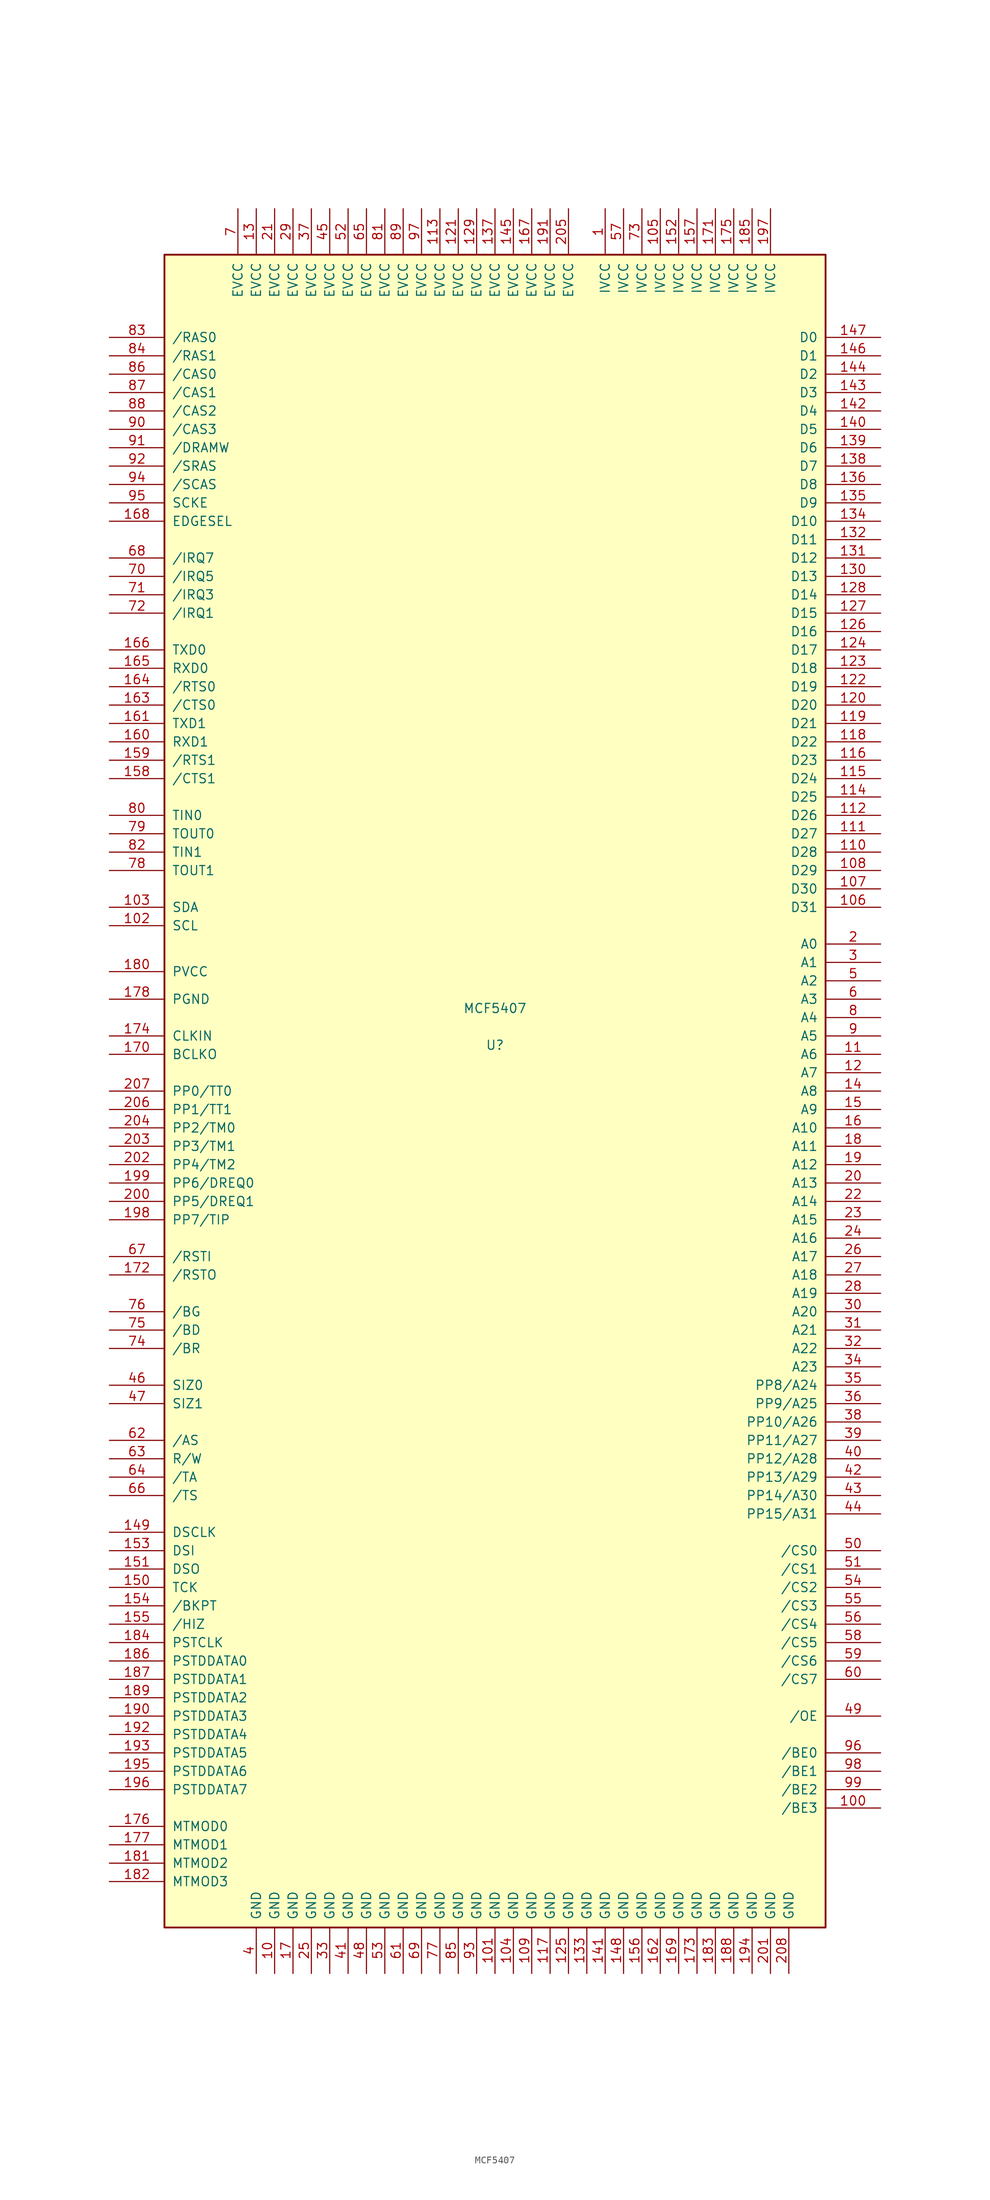
<source format=kicad_sym>
(kicad_symbol_lib
  (version 20231120)
  (generator "kicad_symbol_editor")
  (generator_version "8.0")
  (symbol "MCF5407"
    (pin_names
      (offset 1.016))
    (property "Reference" "U"
      (at 0 6.35 0)
      (effects (font (size 1.27 1.27))))
    (property "Value" "MCF5407"
      (at 0 11.43 0)
      (effects (font (size 1.27 1.27))))
    (symbol "MCF5407_0_1"
      (rectangle (start -45.72 115.57) (end 45.72 -115.57) (stroke (width 0.254) (type default)) (fill (type background))))
    (symbol "MCF5407_1_1"
      (pin power_in line (at 15.24 121.92 270) (length 6.35) (name "IVCC" (effects (font (size 1.27 1.27)))) (number "1" (effects (font (size 1.27 1.27)))))
      (pin power_in line (at -30.48 -121.92 90) (length 6.35) (name "GND" (effects (font (size 1.27 1.27)))) (number "10" (effects (font (size 1.27 1.27)))))
      (pin bidirectional line (at 53.34 -99.06 180) (length 7.62) (name "/BE3" (effects (font (size 1.27 1.27)))) (number "100" (effects (font (size 1.27 1.27)))))
      (pin power_in line (at 0 -121.92 90) (length 6.35) (name "GND" (effects (font (size 1.27 1.27)))) (number "101" (effects (font (size 1.27 1.27)))))
      (pin bidirectional line (at -53.34 22.86 0) (length 7.62) (name "SCL" (effects (font (size 1.27 1.27)))) (number "102" (effects (font (size 1.27 1.27)))))
      (pin bidirectional line (at -53.34 25.4 0) (length 7.62) (name "SDA" (effects (font (size 1.27 1.27)))) (number "103" (effects (font (size 1.27 1.27)))))
      (pin power_in line (at 2.54 -121.92 90) (length 6.35) (name "GND" (effects (font (size 1.27 1.27)))) (number "104" (effects (font (size 1.27 1.27)))))
      (pin power_in line (at 22.86 121.92 270) (length 6.35) (name "IVCC" (effects (font (size 1.27 1.27)))) (number "105" (effects (font (size 1.27 1.27)))))
      (pin bidirectional line (at 53.34 25.4 180) (length 7.62) (name "D31" (effects (font (size 1.27 1.27)))) (number "106" (effects (font (size 1.27 1.27)))))
      (pin bidirectional line (at 53.34 27.94 180) (length 7.62) (name "D30" (effects (font (size 1.27 1.27)))) (number "107" (effects (font (size 1.27 1.27)))))
      (pin bidirectional line (at 53.34 30.48 180) (length 7.62) (name "D29" (effects (font (size 1.27 1.27)))) (number "108" (effects (font (size 1.27 1.27)))))
      (pin power_in line (at 5.08 -121.92 90) (length 6.35) (name "GND" (effects (font (size 1.27 1.27)))) (number "109" (effects (font (size 1.27 1.27)))))
      (pin bidirectional line (at 53.34 5.08 180) (length 7.62) (name "A6" (effects (font (size 1.27 1.27)))) (number "11" (effects (font (size 1.27 1.27)))))
      (pin bidirectional line (at 53.34 33.02 180) (length 7.62) (name "D28" (effects (font (size 1.27 1.27)))) (number "110" (effects (font (size 1.27 1.27)))))
      (pin bidirectional line (at 53.34 35.56 180) (length 7.62) (name "D27" (effects (font (size 1.27 1.27)))) (number "111" (effects (font (size 1.27 1.27)))))
      (pin bidirectional line (at 53.34 38.1 180) (length 7.62) (name "D26" (effects (font (size 1.27 1.27)))) (number "112" (effects (font (size 1.27 1.27)))))
      (pin power_in line (at -7.62 121.92 270) (length 6.35) (name "EVCC" (effects (font (size 1.27 1.27)))) (number "113" (effects (font (size 1.27 1.27)))))
      (pin bidirectional line (at 53.34 40.64 180) (length 7.62) (name "D25" (effects (font (size 1.27 1.27)))) (number "114" (effects (font (size 1.27 1.27)))))
      (pin bidirectional line (at 53.34 43.18 180) (length 7.62) (name "D24" (effects (font (size 1.27 1.27)))) (number "115" (effects (font (size 1.27 1.27)))))
      (pin bidirectional line (at 53.34 45.72 180) (length 7.62) (name "D23" (effects (font (size 1.27 1.27)))) (number "116" (effects (font (size 1.27 1.27)))))
      (pin power_in line (at 7.62 -121.92 90) (length 6.35) (name "GND" (effects (font (size 1.27 1.27)))) (number "117" (effects (font (size 1.27 1.27)))))
      (pin bidirectional line (at 53.34 48.26 180) (length 7.62) (name "D22" (effects (font (size 1.27 1.27)))) (number "118" (effects (font (size 1.27 1.27)))))
      (pin bidirectional line (at 53.34 50.8 180) (length 7.62) (name "D21" (effects (font (size 1.27 1.27)))) (number "119" (effects (font (size 1.27 1.27)))))
      (pin bidirectional line (at 53.34 2.54 180) (length 7.62) (name "A7" (effects (font (size 1.27 1.27)))) (number "12" (effects (font (size 1.27 1.27)))))
      (pin bidirectional line (at 53.34 53.34 180) (length 7.62) (name "D20" (effects (font (size 1.27 1.27)))) (number "120" (effects (font (size 1.27 1.27)))))
      (pin power_in line (at -5.08 121.92 270) (length 6.35) (name "EVCC" (effects (font (size 1.27 1.27)))) (number "121" (effects (font (size 1.27 1.27)))))
      (pin bidirectional line (at 53.34 55.88 180) (length 7.62) (name "D19" (effects (font (size 1.27 1.27)))) (number "122" (effects (font (size 1.27 1.27)))))
      (pin bidirectional line (at 53.34 58.42 180) (length 7.62) (name "D18" (effects (font (size 1.27 1.27)))) (number "123" (effects (font (size 1.27 1.27)))))
      (pin bidirectional line (at 53.34 60.96 180) (length 7.62) (name "D17" (effects (font (size 1.27 1.27)))) (number "124" (effects (font (size 1.27 1.27)))))
      (pin power_in line (at 10.16 -121.92 90) (length 6.35) (name "GND" (effects (font (size 1.27 1.27)))) (number "125" (effects (font (size 1.27 1.27)))))
      (pin bidirectional line (at 53.34 63.5 180) (length 7.62) (name "D16" (effects (font (size 1.27 1.27)))) (number "126" (effects (font (size 1.27 1.27)))))
      (pin bidirectional line (at 53.34 66.04 180) (length 7.62) (name "D15" (effects (font (size 1.27 1.27)))) (number "127" (effects (font (size 1.27 1.27)))))
      (pin bidirectional line (at 53.34 68.58 180) (length 7.62) (name "D14" (effects (font (size 1.27 1.27)))) (number "128" (effects (font (size 1.27 1.27)))))
      (pin power_in line (at -2.54 121.92 270) (length 6.35) (name "EVCC" (effects (font (size 1.27 1.27)))) (number "129" (effects (font (size 1.27 1.27)))))
      (pin power_in line (at -33.02 121.92 270) (length 6.35) (name "EVCC" (effects (font (size 1.27 1.27)))) (number "13" (effects (font (size 1.27 1.27)))))
      (pin bidirectional line (at 53.34 71.12 180) (length 7.62) (name "D13" (effects (font (size 1.27 1.27)))) (number "130" (effects (font (size 1.27 1.27)))))
      (pin bidirectional line (at 53.34 73.66 180) (length 7.62) (name "D12" (effects (font (size 1.27 1.27)))) (number "131" (effects (font (size 1.27 1.27)))))
      (pin bidirectional line (at 53.34 76.2 180) (length 7.62) (name "D11" (effects (font (size 1.27 1.27)))) (number "132" (effects (font (size 1.27 1.27)))))
      (pin power_in line (at 12.7 -121.92 90) (length 6.35) (name "GND" (effects (font (size 1.27 1.27)))) (number "133" (effects (font (size 1.27 1.27)))))
      (pin bidirectional line (at 53.34 78.74 180) (length 7.62) (name "D10" (effects (font (size 1.27 1.27)))) (number "134" (effects (font (size 1.27 1.27)))))
      (pin bidirectional line (at 53.34 81.28 180) (length 7.62) (name "D9" (effects (font (size 1.27 1.27)))) (number "135" (effects (font (size 1.27 1.27)))))
      (pin bidirectional line (at 53.34 83.82 180) (length 7.62) (name "D8" (effects (font (size 1.27 1.27)))) (number "136" (effects (font (size 1.27 1.27)))))
      (pin power_in line (at 0 121.92 270) (length 6.35) (name "EVCC" (effects (font (size 1.27 1.27)))) (number "137" (effects (font (size 1.27 1.27)))))
      (pin bidirectional line (at 53.34 86.36 180) (length 7.62) (name "D7" (effects (font (size 1.27 1.27)))) (number "138" (effects (font (size 1.27 1.27)))))
      (pin bidirectional line (at 53.34 88.9 180) (length 7.62) (name "D6" (effects (font (size 1.27 1.27)))) (number "139" (effects (font (size 1.27 1.27)))))
      (pin bidirectional line (at 53.34 0 180) (length 7.62) (name "A8" (effects (font (size 1.27 1.27)))) (number "14" (effects (font (size 1.27 1.27)))))
      (pin bidirectional line (at 53.34 91.44 180) (length 7.62) (name "D5" (effects (font (size 1.27 1.27)))) (number "140" (effects (font (size 1.27 1.27)))))
      (pin power_in line (at 15.24 -121.92 90) (length 6.35) (name "GND" (effects (font (size 1.27 1.27)))) (number "141" (effects (font (size 1.27 1.27)))))
      (pin bidirectional line (at 53.34 93.98 180) (length 7.62) (name "D4" (effects (font (size 1.27 1.27)))) (number "142" (effects (font (size 1.27 1.27)))))
      (pin bidirectional line (at 53.34 96.52 180) (length 7.62) (name "D3" (effects (font (size 1.27 1.27)))) (number "143" (effects (font (size 1.27 1.27)))))
      (pin bidirectional line (at 53.34 99.06 180) (length 7.62) (name "D2" (effects (font (size 1.27 1.27)))) (number "144" (effects (font (size 1.27 1.27)))))
      (pin power_in line (at 2.54 121.92 270) (length 6.35) (name "EVCC" (effects (font (size 1.27 1.27)))) (number "145" (effects (font (size 1.27 1.27)))))
      (pin bidirectional line (at 53.34 101.6 180) (length 7.62) (name "D1" (effects (font (size 1.27 1.27)))) (number "146" (effects (font (size 1.27 1.27)))))
      (pin bidirectional line (at 53.34 104.14 180) (length 7.62) (name "D0" (effects (font (size 1.27 1.27)))) (number "147" (effects (font (size 1.27 1.27)))))
      (pin power_in line (at 17.78 -121.92 90) (length 6.35) (name "GND" (effects (font (size 1.27 1.27)))) (number "148" (effects (font (size 1.27 1.27)))))
      (pin input line (at -53.34 -60.96 0) (length 7.62) (name "DSCLK" (effects (font (size 1.27 1.27)))) (number "149" (effects (font (size 1.27 1.27)))))
      (pin bidirectional line (at 53.34 -2.54 180) (length 7.62) (name "A9" (effects (font (size 1.27 1.27)))) (number "15" (effects (font (size 1.27 1.27)))))
      (pin input line (at -53.34 -68.58 0) (length 7.62) (name "TCK" (effects (font (size 1.27 1.27)))) (number "150" (effects (font (size 1.27 1.27)))))
      (pin output line (at -53.34 -66.04 0) (length 7.62) (name "DSO" (effects (font (size 1.27 1.27)))) (number "151" (effects (font (size 1.27 1.27)))))
      (pin power_in line (at 25.4 121.92 270) (length 6.35) (name "IVCC" (effects (font (size 1.27 1.27)))) (number "152" (effects (font (size 1.27 1.27)))))
      (pin input line (at -53.34 -63.5 0) (length 7.62) (name "DSI" (effects (font (size 1.27 1.27)))) (number "153" (effects (font (size 1.27 1.27)))))
      (pin input line (at -53.34 -71.12 0) (length 7.62) (name "/BKPT" (effects (font (size 1.27 1.27)))) (number "154" (effects (font (size 1.27 1.27)))))
      (pin input line (at -53.34 -73.66 0) (length 7.62) (name "/HIZ" (effects (font (size 1.27 1.27)))) (number "155" (effects (font (size 1.27 1.27)))))
      (pin power_in line (at 20.32 -121.92 90) (length 6.35) (name "GND" (effects (font (size 1.27 1.27)))) (number "156" (effects (font (size 1.27 1.27)))))
      (pin power_in line (at 27.94 121.92 270) (length 6.35) (name "IVCC" (effects (font (size 1.27 1.27)))) (number "157" (effects (font (size 1.27 1.27)))))
      (pin input line (at -53.34 43.18 0) (length 7.62) (name "/CTS1" (effects (font (size 1.27 1.27)))) (number "158" (effects (font (size 1.27 1.27)))))
      (pin output line (at -53.34 45.72 0) (length 7.62) (name "/RTS1" (effects (font (size 1.27 1.27)))) (number "159" (effects (font (size 1.27 1.27)))))
      (pin bidirectional line (at 53.34 -5.08 180) (length 7.62) (name "A10" (effects (font (size 1.27 1.27)))) (number "16" (effects (font (size 1.27 1.27)))))
      (pin input line (at -53.34 48.26 0) (length 7.62) (name "RXD1" (effects (font (size 1.27 1.27)))) (number "160" (effects (font (size 1.27 1.27)))))
      (pin output line (at -53.34 50.8 0) (length 7.62) (name "TXD1" (effects (font (size 1.27 1.27)))) (number "161" (effects (font (size 1.27 1.27)))))
      (pin power_in line (at 22.86 -121.92 90) (length 6.35) (name "GND" (effects (font (size 1.27 1.27)))) (number "162" (effects (font (size 1.27 1.27)))))
      (pin input line (at -53.34 53.34 0) (length 7.62) (name "/CTS0" (effects (font (size 1.27 1.27)))) (number "163" (effects (font (size 1.27 1.27)))))
      (pin output line (at -53.34 55.88 0) (length 7.62) (name "/RTS0" (effects (font (size 1.27 1.27)))) (number "164" (effects (font (size 1.27 1.27)))))
      (pin input line (at -53.34 58.42 0) (length 7.62) (name "RXD0" (effects (font (size 1.27 1.27)))) (number "165" (effects (font (size 1.27 1.27)))))
      (pin output line (at -53.34 60.96 0) (length 7.62) (name "TXD0" (effects (font (size 1.27 1.27)))) (number "166" (effects (font (size 1.27 1.27)))))
      (pin power_in line (at 5.08 121.92 270) (length 6.35) (name "EVCC" (effects (font (size 1.27 1.27)))) (number "167" (effects (font (size 1.27 1.27)))))
      (pin input line (at -53.34 78.74 0) (length 7.62) (name "EDGESEL" (effects (font (size 1.27 1.27)))) (number "168" (effects (font (size 1.27 1.27)))))
      (pin power_in line (at 25.4 -121.92 90) (length 6.35) (name "GND" (effects (font (size 1.27 1.27)))) (number "169" (effects (font (size 1.27 1.27)))))
      (pin power_in line (at -27.94 -121.92 90) (length 6.35) (name "GND" (effects (font (size 1.27 1.27)))) (number "17" (effects (font (size 1.27 1.27)))))
      (pin output line (at -53.34 5.08 0) (length 7.62) (name "BCLKO" (effects (font (size 1.27 1.27)))) (number "170" (effects (font (size 1.27 1.27)))))
      (pin power_in line (at 30.48 121.92 270) (length 6.35) (name "IVCC" (effects (font (size 1.27 1.27)))) (number "171" (effects (font (size 1.27 1.27)))))
      (pin output line (at -53.34 -25.4 0) (length 7.62) (name "/RSTO" (effects (font (size 1.27 1.27)))) (number "172" (effects (font (size 1.27 1.27)))))
      (pin power_in line (at 27.94 -121.92 90) (length 6.35) (name "GND" (effects (font (size 1.27 1.27)))) (number "173" (effects (font (size 1.27 1.27)))))
      (pin output line (at -53.34 7.62 0) (length 7.62) (name "CLKIN" (effects (font (size 1.27 1.27)))) (number "174" (effects (font (size 1.27 1.27)))))
      (pin power_in line (at 33.02 121.92 270) (length 6.35) (name "IVCC" (effects (font (size 1.27 1.27)))) (number "175" (effects (font (size 1.27 1.27)))))
      (pin input line (at -53.34 -101.6 0) (length 7.62) (name "MTMOD0" (effects (font (size 1.27 1.27)))) (number "176" (effects (font (size 1.27 1.27)))))
      (pin input line (at -53.34 -104.14 0) (length 7.62) (name "MTMOD1" (effects (font (size 1.27 1.27)))) (number "177" (effects (font (size 1.27 1.27)))))
      (pin passive line (at -53.34 12.7 0) (length 7.62) (name "PGND" (effects (font (size 1.27 1.27)))) (number "178" (effects (font (size 1.27 1.27)))))
      (pin bidirectional line (at 53.34 -7.62 180) (length 7.62) (name "A11" (effects (font (size 1.27 1.27)))) (number "18" (effects (font (size 1.27 1.27)))))
      (pin passive line (at -53.34 16.51 0) (length 7.62) (name "PVCC" (effects (font (size 1.27 1.27)))) (number "180" (effects (font (size 1.27 1.27)))))
      (pin input line (at -53.34 -106.68 0) (length 7.62) (name "MTMOD2" (effects (font (size 1.27 1.27)))) (number "181" (effects (font (size 1.27 1.27)))))
      (pin input line (at -53.34 -109.22 0) (length 7.62) (name "MTMOD3" (effects (font (size 1.27 1.27)))) (number "182" (effects (font (size 1.27 1.27)))))
      (pin power_in line (at 30.48 -121.92 90) (length 6.35) (name "GND" (effects (font (size 1.27 1.27)))) (number "183" (effects (font (size 1.27 1.27)))))
      (pin output line (at -53.34 -76.2 0) (length 7.62) (name "PSTCLK" (effects (font (size 1.27 1.27)))) (number "184" (effects (font (size 1.27 1.27)))))
      (pin power_in line (at 35.56 121.92 270) (length 6.35) (name "IVCC" (effects (font (size 1.27 1.27)))) (number "185" (effects (font (size 1.27 1.27)))))
      (pin output line (at -53.34 -78.74 0) (length 7.62) (name "PSTDDATA0" (effects (font (size 1.27 1.27)))) (number "186" (effects (font (size 1.27 1.27)))))
      (pin output line (at -53.34 -81.28 0) (length 7.62) (name "PSTDDATA1" (effects (font (size 1.27 1.27)))) (number "187" (effects (font (size 1.27 1.27)))))
      (pin power_in line (at 33.02 -121.92 90) (length 6.35) (name "GND" (effects (font (size 1.27 1.27)))) (number "188" (effects (font (size 1.27 1.27)))))
      (pin output line (at -53.34 -83.82 0) (length 7.62) (name "PSTDDATA2" (effects (font (size 1.27 1.27)))) (number "189" (effects (font (size 1.27 1.27)))))
      (pin bidirectional line (at 53.34 -10.16 180) (length 7.62) (name "A12" (effects (font (size 1.27 1.27)))) (number "19" (effects (font (size 1.27 1.27)))))
      (pin output line (at -53.34 -86.36 0) (length 7.62) (name "PSTDDATA3" (effects (font (size 1.27 1.27)))) (number "190" (effects (font (size 1.27 1.27)))))
      (pin power_in line (at 7.62 121.92 270) (length 6.35) (name "EVCC" (effects (font (size 1.27 1.27)))) (number "191" (effects (font (size 1.27 1.27)))))
      (pin output line (at -53.34 -88.9 0) (length 7.62) (name "PSTDDATA4" (effects (font (size 1.27 1.27)))) (number "192" (effects (font (size 1.27 1.27)))))
      (pin output line (at -53.34 -91.44 0) (length 7.62) (name "PSTDDATA5" (effects (font (size 1.27 1.27)))) (number "193" (effects (font (size 1.27 1.27)))))
      (pin power_in line (at 35.56 -121.92 90) (length 6.35) (name "GND" (effects (font (size 1.27 1.27)))) (number "194" (effects (font (size 1.27 1.27)))))
      (pin output line (at -53.34 -93.98 0) (length 7.62) (name "PSTDDATA6" (effects (font (size 1.27 1.27)))) (number "195" (effects (font (size 1.27 1.27)))))
      (pin output line (at -53.34 -96.52 0) (length 7.62) (name "PSTDDATA7" (effects (font (size 1.27 1.27)))) (number "196" (effects (font (size 1.27 1.27)))))
      (pin power_in line (at 38.1 121.92 270) (length 6.35) (name "IVCC" (effects (font (size 1.27 1.27)))) (number "197" (effects (font (size 1.27 1.27)))))
      (pin bidirectional line (at -53.34 -17.78 0) (length 7.62) (name "PP7/TIP" (effects (font (size 1.27 1.27)))) (number "198" (effects (font (size 1.27 1.27)))))
      (pin bidirectional line (at -53.34 -12.7 0) (length 7.62) (name "PP6/DREQ0" (effects (font (size 1.27 1.27)))) (number "199" (effects (font (size 1.27 1.27)))))
      (pin bidirectional line (at 53.34 20.32 180) (length 7.62) (name "A0" (effects (font (size 1.27 1.27)))) (number "2" (effects (font (size 1.27 1.27)))))
      (pin bidirectional line (at 53.34 -12.7 180) (length 7.62) (name "A13" (effects (font (size 1.27 1.27)))) (number "20" (effects (font (size 1.27 1.27)))))
      (pin bidirectional line (at -53.34 -15.24 0) (length 7.62) (name "PP5/DREQ1" (effects (font (size 1.27 1.27)))) (number "200" (effects (font (size 1.27 1.27)))))
      (pin power_in line (at 38.1 -121.92 90) (length 6.35) (name "GND" (effects (font (size 1.27 1.27)))) (number "201" (effects (font (size 1.27 1.27)))))
      (pin bidirectional line (at -53.34 -10.16 0) (length 7.62) (name "PP4/TM2" (effects (font (size 1.27 1.27)))) (number "202" (effects (font (size 1.27 1.27)))))
      (pin bidirectional line (at -53.34 -7.62 0) (length 7.62) (name "PP3/TM1" (effects (font (size 1.27 1.27)))) (number "203" (effects (font (size 1.27 1.27)))))
      (pin bidirectional line (at -53.34 -5.08 0) (length 7.62) (name "PP2/TM0" (effects (font (size 1.27 1.27)))) (number "204" (effects (font (size 1.27 1.27)))))
      (pin power_in line (at 10.16 121.92 270) (length 6.35) (name "EVCC" (effects (font (size 1.27 1.27)))) (number "205" (effects (font (size 1.27 1.27)))))
      (pin bidirectional line (at -53.34 -2.54 0) (length 7.62) (name "PP1/TT1" (effects (font (size 1.27 1.27)))) (number "206" (effects (font (size 1.27 1.27)))))
      (pin bidirectional line (at -53.34 0 0) (length 7.62) (name "PP0/TT0" (effects (font (size 1.27 1.27)))) (number "207" (effects (font (size 1.27 1.27)))))
      (pin power_in line (at 40.64 -121.92 90) (length 6.35) (name "GND" (effects (font (size 1.27 1.27)))) (number "208" (effects (font (size 1.27 1.27)))))
      (pin power_in line (at -30.48 121.92 270) (length 6.35) (name "EVCC" (effects (font (size 1.27 1.27)))) (number "21" (effects (font (size 1.27 1.27)))))
      (pin bidirectional line (at 53.34 -15.24 180) (length 7.62) (name "A14" (effects (font (size 1.27 1.27)))) (number "22" (effects (font (size 1.27 1.27)))))
      (pin bidirectional line (at 53.34 -17.78 180) (length 7.62) (name "A15" (effects (font (size 1.27 1.27)))) (number "23" (effects (font (size 1.27 1.27)))))
      (pin bidirectional line (at 53.34 -20.32 180) (length 7.62) (name "A16" (effects (font (size 1.27 1.27)))) (number "24" (effects (font (size 1.27 1.27)))))
      (pin power_in line (at -25.4 -121.92 90) (length 6.35) (name "GND" (effects (font (size 1.27 1.27)))) (number "25" (effects (font (size 1.27 1.27)))))
      (pin bidirectional line (at 53.34 -22.86 180) (length 7.62) (name "A17" (effects (font (size 1.27 1.27)))) (number "26" (effects (font (size 1.27 1.27)))))
      (pin bidirectional line (at 53.34 -25.4 180) (length 7.62) (name "A18" (effects (font (size 1.27 1.27)))) (number "27" (effects (font (size 1.27 1.27)))))
      (pin bidirectional line (at 53.34 -27.94 180) (length 7.62) (name "A19" (effects (font (size 1.27 1.27)))) (number "28" (effects (font (size 1.27 1.27)))))
      (pin power_in line (at -27.94 121.92 270) (length 6.35) (name "EVCC" (effects (font (size 1.27 1.27)))) (number "29" (effects (font (size 1.27 1.27)))))
      (pin bidirectional line (at 53.34 17.78 180) (length 7.62) (name "A1" (effects (font (size 1.27 1.27)))) (number "3" (effects (font (size 1.27 1.27)))))
      (pin bidirectional line (at 53.34 -30.48 180) (length 7.62) (name "A20" (effects (font (size 1.27 1.27)))) (number "30" (effects (font (size 1.27 1.27)))))
      (pin bidirectional line (at 53.34 -33.02 180) (length 7.62) (name "A21" (effects (font (size 1.27 1.27)))) (number "31" (effects (font (size 1.27 1.27)))))
      (pin bidirectional line (at 53.34 -35.56 180) (length 7.62) (name "A22" (effects (font (size 1.27 1.27)))) (number "32" (effects (font (size 1.27 1.27)))))
      (pin power_in line (at -22.86 -121.92 90) (length 6.35) (name "GND" (effects (font (size 1.27 1.27)))) (number "33" (effects (font (size 1.27 1.27)))))
      (pin bidirectional line (at 53.34 -38.1 180) (length 7.62) (name "A23" (effects (font (size 1.27 1.27)))) (number "34" (effects (font (size 1.27 1.27)))))
      (pin bidirectional line (at 53.34 -40.64 180) (length 7.62) (name "PP8/A24" (effects (font (size 1.27 1.27)))) (number "35" (effects (font (size 1.27 1.27)))))
      (pin bidirectional line (at 53.34 -43.18 180) (length 7.62) (name "PP9/A25" (effects (font (size 1.27 1.27)))) (number "36" (effects (font (size 1.27 1.27)))))
      (pin power_in line (at -25.4 121.92 270) (length 6.35) (name "EVCC" (effects (font (size 1.27 1.27)))) (number "37" (effects (font (size 1.27 1.27)))))
      (pin bidirectional line (at 53.34 -45.72 180) (length 7.62) (name "PP10/A26" (effects (font (size 1.27 1.27)))) (number "38" (effects (font (size 1.27 1.27)))))
      (pin bidirectional line (at 53.34 -48.26 180) (length 7.62) (name "PP11/A27" (effects (font (size 1.27 1.27)))) (number "39" (effects (font (size 1.27 1.27)))))
      (pin power_in line (at -33.02 -121.92 90) (length 6.35) (name "GND" (effects (font (size 1.27 1.27)))) (number "4" (effects (font (size 1.27 1.27)))))
      (pin bidirectional line (at 53.34 -50.8 180) (length 7.62) (name "PP12/A28" (effects (font (size 1.27 1.27)))) (number "40" (effects (font (size 1.27 1.27)))))
      (pin power_in line (at -20.32 -121.92 90) (length 6.35) (name "GND" (effects (font (size 1.27 1.27)))) (number "41" (effects (font (size 1.27 1.27)))))
      (pin bidirectional line (at 53.34 -53.34 180) (length 7.62) (name "PP13/A29" (effects (font (size 1.27 1.27)))) (number "42" (effects (font (size 1.27 1.27)))))
      (pin bidirectional line (at 53.34 -55.88 180) (length 7.62) (name "PP14/A30" (effects (font (size 1.27 1.27)))) (number "43" (effects (font (size 1.27 1.27)))))
      (pin bidirectional line (at 53.34 -58.42 180) (length 7.62) (name "PP15/A31" (effects (font (size 1.27 1.27)))) (number "44" (effects (font (size 1.27 1.27)))))
      (pin power_in line (at -22.86 121.92 270) (length 6.35) (name "EVCC" (effects (font (size 1.27 1.27)))) (number "45" (effects (font (size 1.27 1.27)))))
      (pin bidirectional line (at -53.34 -40.64 0) (length 7.62) (name "SIZ0" (effects (font (size 1.27 1.27)))) (number "46" (effects (font (size 1.27 1.27)))))
      (pin bidirectional line (at -53.34 -43.18 0) (length 7.62) (name "SIZ1" (effects (font (size 1.27 1.27)))) (number "47" (effects (font (size 1.27 1.27)))))
      (pin power_in line (at -17.78 -121.92 90) (length 6.35) (name "GND" (effects (font (size 1.27 1.27)))) (number "48" (effects (font (size 1.27 1.27)))))
      (pin output line (at 53.34 -86.36 180) (length 7.62) (name "/OE" (effects (font (size 1.27 1.27)))) (number "49" (effects (font (size 1.27 1.27)))))
      (pin bidirectional line (at 53.34 15.24 180) (length 7.62) (name "A2" (effects (font (size 1.27 1.27)))) (number "5" (effects (font (size 1.27 1.27)))))
      (pin output line (at 53.34 -63.5 180) (length 7.62) (name "/CS0" (effects (font (size 1.27 1.27)))) (number "50" (effects (font (size 1.27 1.27)))))
      (pin output line (at 53.34 -66.04 180) (length 7.62) (name "/CS1" (effects (font (size 1.27 1.27)))) (number "51" (effects (font (size 1.27 1.27)))))
      (pin power_in line (at -20.32 121.92 270) (length 6.35) (name "EVCC" (effects (font (size 1.27 1.27)))) (number "52" (effects (font (size 1.27 1.27)))))
      (pin power_in line (at -15.24 -121.92 90) (length 6.35) (name "GND" (effects (font (size 1.27 1.27)))) (number "53" (effects (font (size 1.27 1.27)))))
      (pin output line (at 53.34 -68.58 180) (length 7.62) (name "/CS2" (effects (font (size 1.27 1.27)))) (number "54" (effects (font (size 1.27 1.27)))))
      (pin output line (at 53.34 -71.12 180) (length 7.62) (name "/CS3" (effects (font (size 1.27 1.27)))) (number "55" (effects (font (size 1.27 1.27)))))
      (pin output line (at 53.34 -73.66 180) (length 7.62) (name "/CS4" (effects (font (size 1.27 1.27)))) (number "56" (effects (font (size 1.27 1.27)))))
      (pin power_in line (at 17.78 121.92 270) (length 6.35) (name "IVCC" (effects (font (size 1.27 1.27)))) (number "57" (effects (font (size 1.27 1.27)))))
      (pin output line (at 53.34 -76.2 180) (length 7.62) (name "/CS5" (effects (font (size 1.27 1.27)))) (number "58" (effects (font (size 1.27 1.27)))))
      (pin output line (at 53.34 -78.74 180) (length 7.62) (name "/CS6" (effects (font (size 1.27 1.27)))) (number "59" (effects (font (size 1.27 1.27)))))
      (pin bidirectional line (at 53.34 12.7 180) (length 7.62) (name "A3" (effects (font (size 1.27 1.27)))) (number "6" (effects (font (size 1.27 1.27)))))
      (pin output line (at 53.34 -81.28 180) (length 7.62) (name "/CS7" (effects (font (size 1.27 1.27)))) (number "60" (effects (font (size 1.27 1.27)))))
      (pin power_in line (at -12.7 -121.92 90) (length 6.35) (name "GND" (effects (font (size 1.27 1.27)))) (number "61" (effects (font (size 1.27 1.27)))))
      (pin bidirectional line (at -53.34 -48.26 0) (length 7.62) (name "/AS" (effects (font (size 1.27 1.27)))) (number "62" (effects (font (size 1.27 1.27)))))
      (pin bidirectional line (at -53.34 -50.8 0) (length 7.62) (name "R/W" (effects (font (size 1.27 1.27)))) (number "63" (effects (font (size 1.27 1.27)))))
      (pin bidirectional line (at -53.34 -53.34 0) (length 7.62) (name "/TA" (effects (font (size 1.27 1.27)))) (number "64" (effects (font (size 1.27 1.27)))))
      (pin power_in line (at -17.78 121.92 270) (length 6.35) (name "EVCC" (effects (font (size 1.27 1.27)))) (number "65" (effects (font (size 1.27 1.27)))))
      (pin bidirectional line (at -53.34 -55.88 0) (length 7.62) (name "/TS" (effects (font (size 1.27 1.27)))) (number "66" (effects (font (size 1.27 1.27)))))
      (pin input line (at -53.34 -22.86 0) (length 7.62) (name "/RSTI" (effects (font (size 1.27 1.27)))) (number "67" (effects (font (size 1.27 1.27)))))
      (pin input line (at -53.34 73.66 0) (length 7.62) (name "/IRQ7" (effects (font (size 1.27 1.27)))) (number "68" (effects (font (size 1.27 1.27)))))
      (pin power_in line (at -10.16 -121.92 90) (length 6.35) (name "GND" (effects (font (size 1.27 1.27)))) (number "69" (effects (font (size 1.27 1.27)))))
      (pin power_in line (at -35.56 121.92 270) (length 6.35) (name "EVCC" (effects (font (size 1.27 1.27)))) (number "7" (effects (font (size 1.27 1.27)))))
      (pin input line (at -53.34 71.12 0) (length 7.62) (name "/IRQ5" (effects (font (size 1.27 1.27)))) (number "70" (effects (font (size 1.27 1.27)))))
      (pin input line (at -53.34 68.58 0) (length 7.62) (name "/IRQ3" (effects (font (size 1.27 1.27)))) (number "71" (effects (font (size 1.27 1.27)))))
      (pin input line (at -53.34 66.04 0) (length 7.62) (name "/IRQ1" (effects (font (size 1.27 1.27)))) (number "72" (effects (font (size 1.27 1.27)))))
      (pin power_in line (at 20.32 121.92 270) (length 6.35) (name "IVCC" (effects (font (size 1.27 1.27)))) (number "73" (effects (font (size 1.27 1.27)))))
      (pin output line (at -53.34 -35.56 0) (length 7.62) (name "/BR" (effects (font (size 1.27 1.27)))) (number "74" (effects (font (size 1.27 1.27)))))
      (pin output line (at -53.34 -33.02 0) (length 7.62) (name "/BD" (effects (font (size 1.27 1.27)))) (number "75" (effects (font (size 1.27 1.27)))))
      (pin input line (at -53.34 -30.48 0) (length 7.62) (name "/BG" (effects (font (size 1.27 1.27)))) (number "76" (effects (font (size 1.27 1.27)))))
      (pin power_in line (at -7.62 -121.92 90) (length 6.35) (name "GND" (effects (font (size 1.27 1.27)))) (number "77" (effects (font (size 1.27 1.27)))))
      (pin output line (at -53.34 30.48 0) (length 7.62) (name "TOUT1" (effects (font (size 1.27 1.27)))) (number "78" (effects (font (size 1.27 1.27)))))
      (pin output line (at -53.34 35.56 0) (length 7.62) (name "TOUT0" (effects (font (size 1.27 1.27)))) (number "79" (effects (font (size 1.27 1.27)))))
      (pin bidirectional line (at 53.34 10.16 180) (length 7.62) (name "A4" (effects (font (size 1.27 1.27)))) (number "8" (effects (font (size 1.27 1.27)))))
      (pin input line (at -53.34 38.1 0) (length 7.62) (name "TIN0" (effects (font (size 1.27 1.27)))) (number "80" (effects (font (size 1.27 1.27)))))
      (pin power_in line (at -15.24 121.92 270) (length 6.35) (name "EVCC" (effects (font (size 1.27 1.27)))) (number "81" (effects (font (size 1.27 1.27)))))
      (pin input line (at -53.34 33.02 0) (length 7.62) (name "TIN1" (effects (font (size 1.27 1.27)))) (number "82" (effects (font (size 1.27 1.27)))))
      (pin output line (at -53.34 104.14 0) (length 7.62) (name "/RAS0" (effects (font (size 1.27 1.27)))) (number "83" (effects (font (size 1.27 1.27)))))
      (pin output line (at -53.34 101.6 0) (length 7.62) (name "/RAS1" (effects (font (size 1.27 1.27)))) (number "84" (effects (font (size 1.27 1.27)))))
      (pin power_in line (at -5.08 -121.92 90) (length 6.35) (name "GND" (effects (font (size 1.27 1.27)))) (number "85" (effects (font (size 1.27 1.27)))))
      (pin output line (at -53.34 99.06 0) (length 7.62) (name "/CAS0" (effects (font (size 1.27 1.27)))) (number "86" (effects (font (size 1.27 1.27)))))
      (pin output line (at -53.34 96.52 0) (length 7.62) (name "/CAS1" (effects (font (size 1.27 1.27)))) (number "87" (effects (font (size 1.27 1.27)))))
      (pin output line (at -53.34 93.98 0) (length 7.62) (name "/CAS2" (effects (font (size 1.27 1.27)))) (number "88" (effects (font (size 1.27 1.27)))))
      (pin power_in line (at -12.7 121.92 270) (length 6.35) (name "EVCC" (effects (font (size 1.27 1.27)))) (number "89" (effects (font (size 1.27 1.27)))))
      (pin bidirectional line (at 53.34 7.62 180) (length 7.62) (name "A5" (effects (font (size 1.27 1.27)))) (number "9" (effects (font (size 1.27 1.27)))))
      (pin output line (at -53.34 91.44 0) (length 7.62) (name "/CAS3" (effects (font (size 1.27 1.27)))) (number "90" (effects (font (size 1.27 1.27)))))
      (pin output line (at -53.34 88.9 0) (length 7.62) (name "/DRAMW" (effects (font (size 1.27 1.27)))) (number "91" (effects (font (size 1.27 1.27)))))
      (pin output line (at -53.34 86.36 0) (length 7.62) (name "/SRAS" (effects (font (size 1.27 1.27)))) (number "92" (effects (font (size 1.27 1.27)))))
      (pin power_in line (at -2.54 -121.92 90) (length 6.35) (name "GND" (effects (font (size 1.27 1.27)))) (number "93" (effects (font (size 1.27 1.27)))))
      (pin output line (at -53.34 83.82 0) (length 7.62) (name "/SCAS" (effects (font (size 1.27 1.27)))) (number "94" (effects (font (size 1.27 1.27)))))
      (pin output line (at -53.34 81.28 0) (length 7.62) (name "SCKE" (effects (font (size 1.27 1.27)))) (number "95" (effects (font (size 1.27 1.27)))))
      (pin bidirectional line (at 53.34 -91.44 180) (length 7.62) (name "/BE0" (effects (font (size 1.27 1.27)))) (number "96" (effects (font (size 1.27 1.27)))))
      (pin power_in line (at -10.16 121.92 270) (length 6.35) (name "EVCC" (effects (font (size 1.27 1.27)))) (number "97" (effects (font (size 1.27 1.27)))))
      (pin bidirectional line (at 53.34 -93.98 180) (length 7.62) (name "/BE1" (effects (font (size 1.27 1.27)))) (number "98" (effects (font (size 1.27 1.27)))))
      (pin bidirectional line (at 53.34 -96.52 180) (length 7.62) (name "/BE2" (effects (font (size 1.27 1.27)))) (number "99" (effects (font (size 1.27 1.27))))))))
</source>
